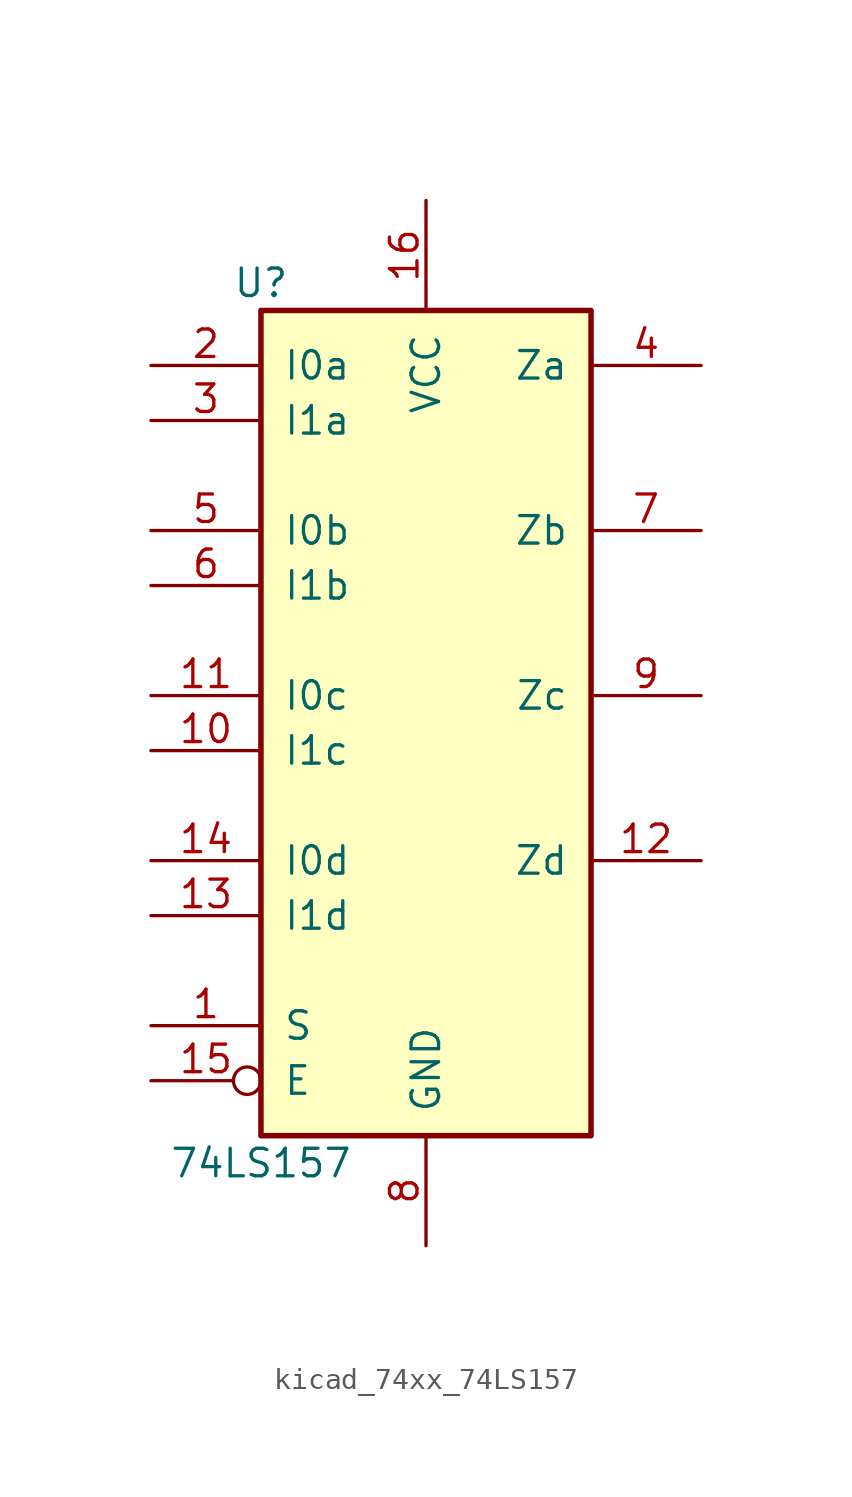
<source format=kicad_sym>
(kicad_symbol_lib
  (version 20220914)
  (generator kicad_symbol_editor)
  (symbol "kicad_74xx_74LS157"
    (pin_names
      (offset 1.016))
    (property "Reference" "U"
      (at -7.62 19.05 0)
      (effects (font (size 1.27 1.27))))
    (property "Value" "74LS157"
      (at -7.62 -21.59 0)
      (effects (font (size 1.27 1.27))))
    (property "ki_locked" ""
      (at 0 0 0)
      (effects (font (size 1.27 1.27))))
    (symbol "kicad_74xx_74LS157_1_0"
      (pin input line (at -12.7 -15.24 0) (length 5.08) (name "S" (effects (font (size 1.27 1.27)))) (number "1" (effects (font (size 1.27 1.27)))))
      (pin input line (at -12.7 -2.54 0) (length 5.08) (name "I1c" (effects (font (size 1.27 1.27)))) (number "10" (effects (font (size 1.27 1.27)))))
      (pin input line (at -12.7 0 0) (length 5.08) (name "I0c" (effects (font (size 1.27 1.27)))) (number "11" (effects (font (size 1.27 1.27)))))
      (pin output line (at 12.7 -7.62 180) (length 5.08) (name "Zd" (effects (font (size 1.27 1.27)))) (number "12" (effects (font (size 1.27 1.27)))))
      (pin input line (at -12.7 -10.16 0) (length 5.08) (name "I1d" (effects (font (size 1.27 1.27)))) (number "13" (effects (font (size 1.27 1.27)))))
      (pin input line (at -12.7 -7.62 0) (length 5.08) (name "I0d" (effects (font (size 1.27 1.27)))) (number "14" (effects (font (size 1.27 1.27)))))
      (pin input inverted (at -12.7 -17.78 0) (length 5.08) (name "E" (effects (font (size 1.27 1.27)))) (number "15" (effects (font (size 1.27 1.27)))))
      (pin power_in line (at 0 22.86 270) (length 5.08) (name "VCC" (effects (font (size 1.27 1.27)))) (number "16" (effects (font (size 1.27 1.27)))))
      (pin input line (at -12.7 15.24 0) (length 5.08) (name "I0a" (effects (font (size 1.27 1.27)))) (number "2" (effects (font (size 1.27 1.27)))))
      (pin input line (at -12.7 12.7 0) (length 5.08) (name "I1a" (effects (font (size 1.27 1.27)))) (number "3" (effects (font (size 1.27 1.27)))))
      (pin output line (at 12.7 15.24 180) (length 5.08) (name "Za" (effects (font (size 1.27 1.27)))) (number "4" (effects (font (size 1.27 1.27)))))
      (pin input line (at -12.7 7.62 0) (length 5.08) (name "I0b" (effects (font (size 1.27 1.27)))) (number "5" (effects (font (size 1.27 1.27)))))
      (pin input line (at -12.7 5.08 0) (length 5.08) (name "I1b" (effects (font (size 1.27 1.27)))) (number "6" (effects (font (size 1.27 1.27)))))
      (pin output line (at 12.7 7.62 180) (length 5.08) (name "Zb" (effects (font (size 1.27 1.27)))) (number "7" (effects (font (size 1.27 1.27)))))
      (pin power_in line (at 0 -25.4 90) (length 5.08) (name "GND" (effects (font (size 1.27 1.27)))) (number "8" (effects (font (size 1.27 1.27)))))
      (pin output line (at 12.7 0 180) (length 5.08) (name "Zc" (effects (font (size 1.27 1.27)))) (number "9" (effects (font (size 1.27 1.27))))))
    (symbol "kicad_74xx_74LS157_1_1"
      (rectangle (start -7.62 17.78) (end 7.62 -20.32) (stroke (width 0.254) (type default)) (fill (type background))))))
</source>
